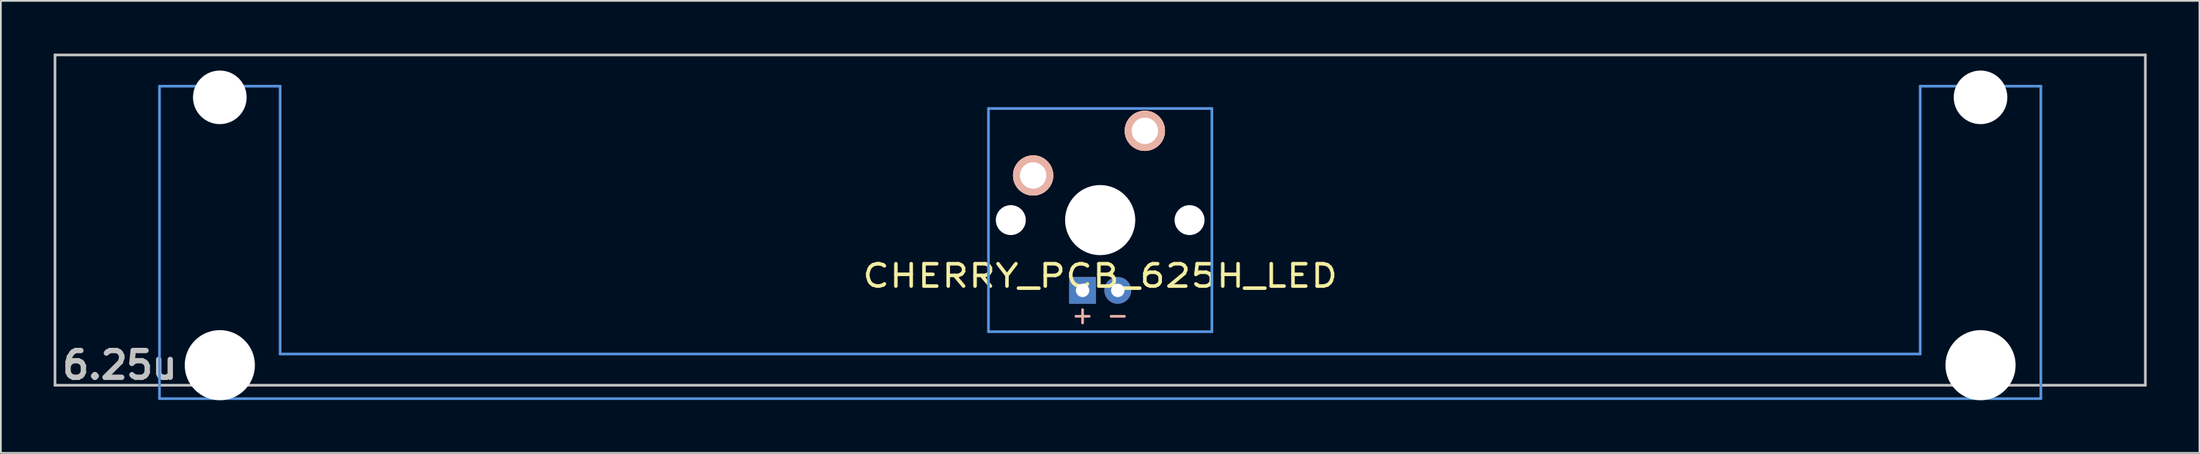
<source format=kicad_pcb>
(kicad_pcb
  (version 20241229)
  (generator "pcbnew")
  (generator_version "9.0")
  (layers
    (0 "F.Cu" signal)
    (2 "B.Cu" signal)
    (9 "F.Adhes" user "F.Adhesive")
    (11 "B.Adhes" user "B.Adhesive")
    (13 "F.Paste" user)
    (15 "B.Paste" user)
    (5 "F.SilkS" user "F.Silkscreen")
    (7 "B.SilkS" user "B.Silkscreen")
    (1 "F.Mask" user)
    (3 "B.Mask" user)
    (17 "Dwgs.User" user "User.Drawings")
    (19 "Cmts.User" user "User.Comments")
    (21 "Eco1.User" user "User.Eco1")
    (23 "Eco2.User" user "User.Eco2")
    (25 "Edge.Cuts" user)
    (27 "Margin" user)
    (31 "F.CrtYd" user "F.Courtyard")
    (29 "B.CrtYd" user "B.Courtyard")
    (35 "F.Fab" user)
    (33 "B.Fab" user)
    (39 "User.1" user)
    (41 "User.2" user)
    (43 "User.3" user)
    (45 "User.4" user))
  (footprint "CHERRY_PCB_625H_LED"
    (layer "F.Cu")
    (at 59.482 9.474)
    (property "Reference" "CHERRY_PCB_625H_LED" (at 0 3.175 0) (layer "F.SilkS") (effects (font (size 1.27 1.524) (thickness 0.203))))
    (attr through_hole)
    (fp_line (start -59.406 -9.398) (end 59.406 -9.398) (stroke (width 0.152) (type solid)) (layer "Dwgs.User"))
    (fp_line (start -59.406 9.398) (end -59.406 -9.398) (stroke (width 0.152) (type solid)) (layer "Dwgs.User"))
    (fp_line (start 59.406 -9.398) (end 59.406 9.398) (stroke (width 0.152) (type solid)) (layer "Dwgs.User"))
    (fp_line (start 59.406 9.398) (end -59.406 9.398) (stroke (width 0.152) (type solid)) (layer "Dwgs.User"))
    (fp_line (start -53.467 -7.62) (end -53.467 10.16) (stroke (width 0.152) (type solid)) (layer "Cmts.User"))
    (fp_line (start -53.467 10.16) (end 53.467 10.16) (stroke (width 0.152) (type solid)) (layer "Cmts.User"))
    (fp_line (start -46.609 -7.62) (end -53.467 -7.62) (stroke (width 0.152) (type solid)) (layer "Cmts.User"))
    (fp_line (start -46.609 7.62) (end -46.609 -7.62) (stroke (width 0.152) (type solid)) (layer "Cmts.User"))
    (fp_line (start -6.35 -6.35) (end 6.35 -6.35) (stroke (width 0.152) (type solid)) (layer "Cmts.User"))
    (fp_line (start -6.35 6.35) (end -6.35 -6.35) (stroke (width 0.152) (type solid)) (layer "Cmts.User"))
    (fp_line (start 6.35 -6.35) (end 6.35 6.35) (stroke (width 0.152) (type solid)) (layer "Cmts.User"))
    (fp_line (start 6.35 6.35) (end -6.35 6.35) (stroke (width 0.152) (type solid)) (layer "Cmts.User"))
    (fp_line (start 46.609 -7.62) (end 46.609 7.62) (stroke (width 0.152) (type solid)) (layer "Cmts.User"))
    (fp_line (start 46.609 7.62) (end -46.609 7.62) (stroke (width 0.152) (type solid)) (layer "Cmts.User"))
    (fp_line (start 53.467 -7.62) (end 46.609 -7.62) (stroke (width 0.152) (type solid)) (layer "Cmts.User"))
    (fp_line (start 53.467 10.16) (end 53.467 -7.62) (stroke (width 0.152) (type solid)) (layer "Cmts.User"))
    (fp_line (start -54.229 -2.286) (end -53.365 -2.286) (stroke (width 0.152) (type solid)) (layer "Eco2.User"))
    (fp_line (start -54.229 0.508) (end -54.229 -2.286) (stroke (width 0.152) (type solid)) (layer "Eco2.User"))
    (fp_line (start -53.365 -5.69) (end -46.711 -5.69) (stroke (width 0.152) (type solid)) (layer "Eco2.User"))
    (fp_line (start -53.365 -2.286) (end -53.365 -5.69) (stroke (width 0.152) (type solid)) (layer "Eco2.User"))
    (fp_line (start -53.365 0.508) (end -54.229 0.508) (stroke (width 0.152) (type solid)) (layer "Eco2.User"))
    (fp_line (start -53.365 6.604) (end -53.365 0.508) (stroke (width 0.152) (type solid)) (layer "Eco2.User"))
    (fp_line (start -52.324 6.604) (end -53.365 6.604) (stroke (width 0.152) (type solid)) (layer "Eco2.User"))
    (fp_line (start -52.324 7.772) (end -52.324 6.604) (stroke (width 0.152) (type solid)) (layer "Eco2.User"))
    (fp_line (start -47.752 6.604) (end -47.752 7.772) (stroke (width 0.152) (type solid)) (layer "Eco2.User"))
    (fp_line (start -47.752 7.772) (end -52.324 7.772) (stroke (width 0.152) (type solid)) (layer "Eco2.User"))
    (fp_line (start -46.711 -5.69) (end -46.711 -2.286) (stroke (width 0.152) (type solid)) (layer "Eco2.User"))
    (fp_line (start -46.711 -2.286) (end -6.985 -2.286) (stroke (width 0.152) (type solid)) (layer "Eco2.User"))
    (fp_line (start -46.711 2.286) (end -46.711 6.604) (stroke (width 0.152) (type solid)) (layer "Eco2.User"))
    (fp_line (start -46.711 6.604) (end -47.752 6.604) (stroke (width 0.152) (type solid)) (layer "Eco2.User"))
    (fp_line (start -6.985 -6.985) (end 6.985 -6.985) (stroke (width 0.152) (type solid)) (layer "Eco2.User"))
    (fp_line (start -6.985 -2.286) (end -6.985 -6.985) (stroke (width 0.152) (type solid)) (layer "Eco2.User"))
    (fp_line (start -6.985 2.286) (end -46.711 2.286) (stroke (width 0.152) (type solid)) (layer "Eco2.User"))
    (fp_line (start -6.985 6.985) (end -6.985 2.286) (stroke (width 0.152) (type solid)) (layer "Eco2.User"))
    (fp_line (start 6.985 -6.985) (end 6.985 -2.286) (stroke (width 0.152) (type solid)) (layer "Eco2.User"))
    (fp_line (start 6.985 -2.286) (end 46.711 -2.286) (stroke (width 0.152) (type solid)) (layer "Eco2.User"))
    (fp_line (start 6.985 2.286) (end 6.985 6.985) (stroke (width 0.152) (type solid)) (layer "Eco2.User"))
    (fp_line (start 6.985 6.985) (end -6.985 6.985) (stroke (width 0.152) (type solid)) (layer "Eco2.User"))
    (fp_line (start 46.711 -5.69) (end 53.365 -5.69) (stroke (width 0.152) (type solid)) (layer "Eco2.User"))
    (fp_line (start 46.711 -2.286) (end 46.711 -5.69) (stroke (width 0.152) (type solid)) (layer "Eco2.User"))
    (fp_line (start 46.711 2.286) (end 6.985 2.286) (stroke (width 0.152) (type solid)) (layer "Eco2.User"))
    (fp_line (start 46.711 6.604) (end 46.711 2.286) (stroke (width 0.152) (type solid)) (layer "Eco2.User"))
    (fp_line (start 47.752 6.604) (end 46.711 6.604) (stroke (width 0.152) (type solid)) (layer "Eco2.User"))
    (fp_line (start 47.752 7.772) (end 47.752 6.604) (stroke (width 0.152) (type solid)) (layer "Eco2.User"))
    (fp_line (start 52.324 6.604) (end 52.324 7.772) (stroke (width 0.152) (type solid)) (layer "Eco2.User"))
    (fp_line (start 52.324 7.772) (end 47.752 7.772) (stroke (width 0.152) (type solid)) (layer "Eco2.User"))
    (fp_line (start 53.365 -5.69) (end 53.365 -2.286) (stroke (width 0.152) (type solid)) (layer "Eco2.User"))
    (fp_line (start 53.365 -2.286) (end 54.229 -2.286) (stroke (width 0.152) (type solid)) (layer "Eco2.User"))
    (fp_line (start 53.365 0.508) (end 53.365 6.604) (stroke (width 0.152) (type solid)) (layer "Eco2.User"))
    (fp_line (start 53.365 6.604) (end 52.324 6.604) (stroke (width 0.152) (type solid)) (layer "Eco2.User"))
    (fp_line (start 54.229 -2.286) (end 54.229 0.508) (stroke (width 0.152) (type solid)) (layer "Eco2.User"))
    (fp_line (start 54.229 0.508) (end 53.365 0.508) (stroke (width 0.152) (type solid)) (layer "Eco2.User"))
    (fp_text user "-" (at 1 5.4 0) (layer "B.SilkS") (effects (font (size 1 1) (thickness 0.15)) (justify mirror)))
    (fp_text user "+" (at -1 5.4 0) (layer "B.SilkS") (effects (font (size 1 1) (thickness 0.15)) (justify mirror)))
    (fp_text user "6.25u" (at -55.723 8.255 0) (layer "Dwgs.User") (effects (font (size 1.524 1.524) (thickness 0.305))))
    (pad "" np_thru_hole circle (at -50.038 -6.985) (size 3.048 3.048) (drill 3.048) (layers "*.Cu" "*.Mask"))
    (pad "" np_thru_hole circle (at -50.038 8.255) (size 3.988 3.988) (drill 3.988) (layers "*.Cu" "*.Mask"))
    (pad "" np_thru_hole circle (at -5.08 0) (size 1.702 1.702) (drill 1.702) (layers "*.Cu" "*.Mask"))
    (pad "" np_thru_hole circle (at 0 0) (size 3.988 3.988) (drill 3.988) (layers "*.Cu" "*.Mask"))
    (pad "" np_thru_hole circle (at 5.08 0) (size 1.702 1.702) (drill 1.702) (layers "*.Cu" "*.Mask"))
    (pad "" np_thru_hole circle (at 50.038 -6.985) (size 3.048 3.048) (drill 3.048) (layers "*.Cu" "*.Mask"))
    (pad "" np_thru_hole circle (at 50.038 8.255) (size 3.988 3.988) (drill 3.988) (layers "*.Cu" "*.Mask"))
    (pad "1" thru_hole circle (at 2.54 -5.08) (size 2.286 2.286) (drill 1.499) (layers "*.Cu" "*.SilkS" "*.Mask"))
    (pad "2" thru_hole circle (at -3.81 -2.54) (size 2.286 2.286) (drill 1.499) (layers "*.Cu" "*.SilkS" "*.Mask"))
    (pad "3" thru_hole rect (at -1 4) (size 1.524 1.524) (drill 0.762) (layers "*.Cu" "*.Mask"))
    (pad "4" thru_hole circle (at 1 4) (size 1.524 1.524) (drill 0.762) (layers "*.Cu" "*.Mask")))
  (gr_rect
    (start -3 -3)
    (end 121.963 22.723)
    (stroke (width 0.1) (type default))
    (fill no)
    (layer "Edge.Cuts")))
</source>
